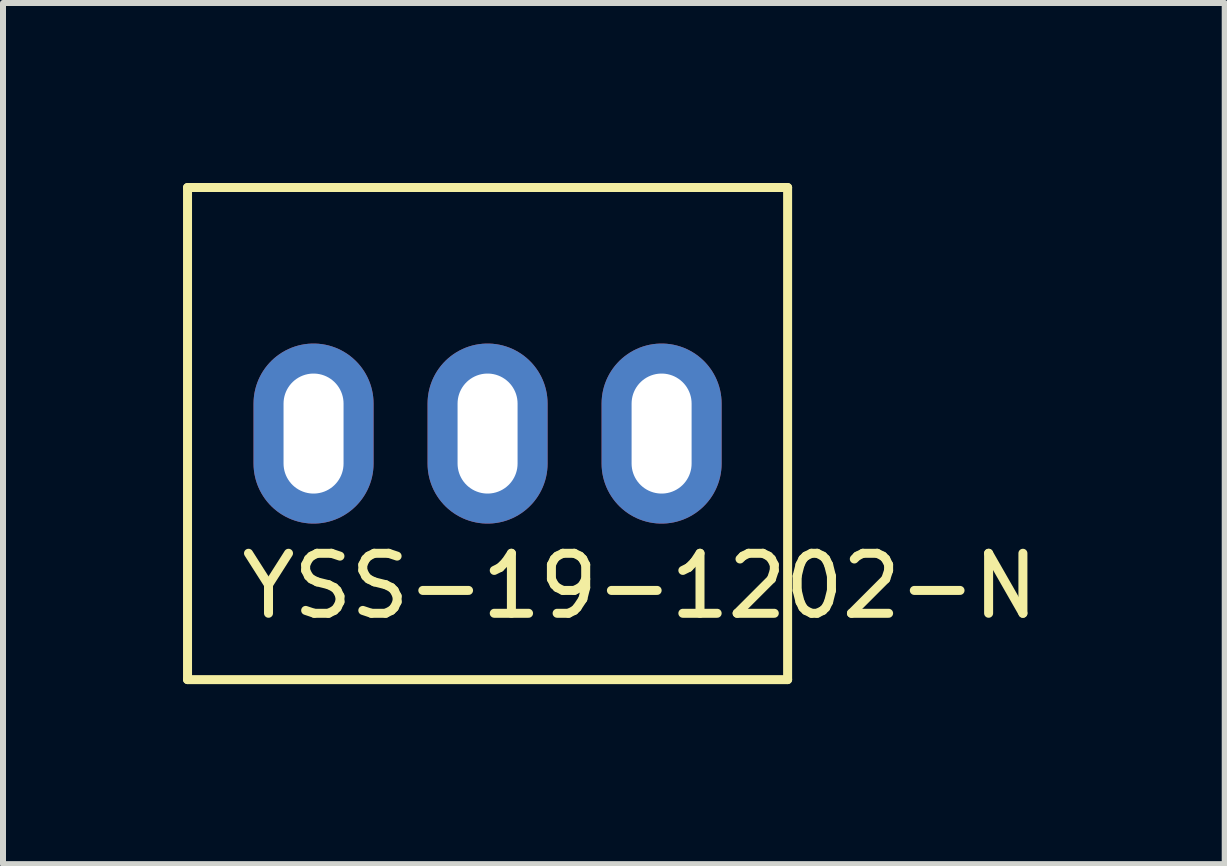
<source format=kicad_pcb>
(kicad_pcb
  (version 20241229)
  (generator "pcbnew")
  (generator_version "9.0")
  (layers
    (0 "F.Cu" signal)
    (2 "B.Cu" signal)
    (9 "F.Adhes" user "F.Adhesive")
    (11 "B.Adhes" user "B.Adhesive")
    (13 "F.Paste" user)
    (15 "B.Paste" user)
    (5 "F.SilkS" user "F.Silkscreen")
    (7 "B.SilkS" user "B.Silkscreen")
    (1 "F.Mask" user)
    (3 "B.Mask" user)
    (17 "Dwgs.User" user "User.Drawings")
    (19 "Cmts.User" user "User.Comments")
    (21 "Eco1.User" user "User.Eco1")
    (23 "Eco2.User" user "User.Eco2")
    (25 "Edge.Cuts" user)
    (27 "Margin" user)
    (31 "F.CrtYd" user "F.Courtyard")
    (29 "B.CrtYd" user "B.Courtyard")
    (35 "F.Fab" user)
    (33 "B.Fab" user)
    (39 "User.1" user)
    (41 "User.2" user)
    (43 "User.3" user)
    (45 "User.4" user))
  (footprint "YSS-19-1202-N"
    (layer "F.Cu")
    (at 5.075 4.175)
    (property "Reference" "YSS-19-1202-N" (at 2.54 2.54 0) (layer "F.SilkS") (effects (font (size 1 1) (thickness 0.15))))
    (attr through_hole)
    (fp_line (start -5 -4.1) (end 5 -4.1) (stroke (width 0.15) (type solid)) (layer "F.SilkS"))
    (fp_line (start -5 4.1) (end -5 -4.1) (stroke (width 0.15) (type solid)) (layer "F.SilkS"))
    (fp_line (start -5 4.1) (end 5 4.1) (stroke (width 0.15) (type solid)) (layer "F.SilkS"))
    (fp_line (start 5 4.1) (end 5 -4.1) (stroke (width 0.15) (type solid)) (layer "F.SilkS"))
    (pad "1" thru_hole oval (at -2.9 0) (size 2 3) (drill oval 1 2) (layers "*.Cu" "*.Mask"))
    (pad "2" thru_hole oval (at 0 0) (size 2 3) (drill oval 1 2) (layers "*.Cu" "*.Mask"))
    (pad "3" thru_hole oval (at 2.9 0) (size 2 3) (drill oval 1 2) (layers "*.Cu" "*.Mask")))
  (gr_rect
    (start -3 -3)
    (end 17.359 11.35)
    (stroke (width 0.1) (type default))
    (fill no)
    (layer "Edge.Cuts")))
</source>
